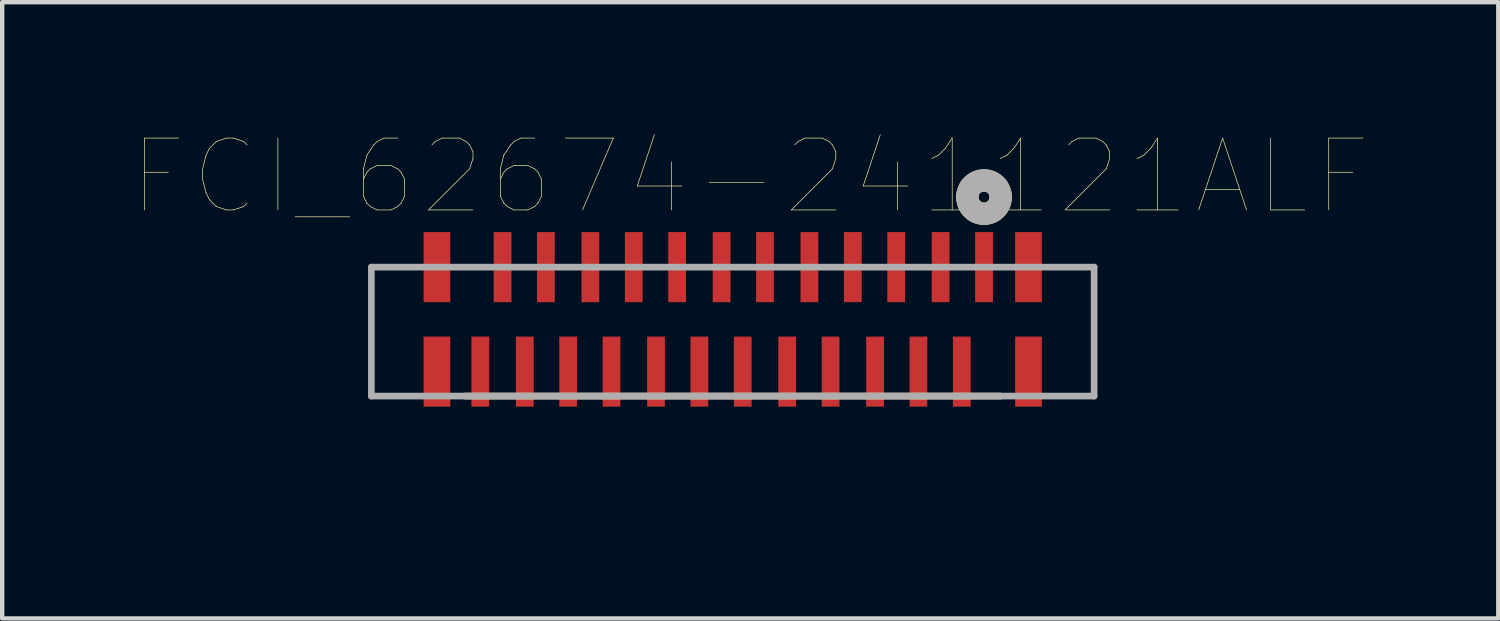
<source format=kicad_pcb>
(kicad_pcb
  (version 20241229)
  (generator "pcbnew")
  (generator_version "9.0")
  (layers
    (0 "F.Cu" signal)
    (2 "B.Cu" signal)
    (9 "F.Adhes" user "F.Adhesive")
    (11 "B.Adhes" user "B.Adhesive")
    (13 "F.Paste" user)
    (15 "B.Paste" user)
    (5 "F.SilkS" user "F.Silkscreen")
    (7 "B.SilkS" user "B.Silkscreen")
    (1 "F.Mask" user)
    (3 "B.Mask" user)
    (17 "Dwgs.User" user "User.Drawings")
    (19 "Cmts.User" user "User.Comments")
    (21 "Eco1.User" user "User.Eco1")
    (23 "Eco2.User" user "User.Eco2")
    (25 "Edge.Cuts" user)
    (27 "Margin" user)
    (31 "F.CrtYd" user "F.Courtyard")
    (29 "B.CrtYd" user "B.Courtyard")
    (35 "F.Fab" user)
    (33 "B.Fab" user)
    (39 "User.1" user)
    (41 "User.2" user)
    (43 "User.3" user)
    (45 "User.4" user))
  (footprint "FCI_62674-241121ALF"
    (layer "F.Cu")
    (at 19.428 7.827)
    (property "Reference" "FCI_62674-241121ALF" (at -5.34 -6.84 0) (layer "F.SilkS") (effects (font (size 1.642 1.642) (thickness 0.015))))
    (attr through_hole)
    (fp_line (start -11.862 -1.829) (end 0.381 -1.829) (stroke (width 0.152) (type solid)) (layer "F.SilkS"))
    (fp_arc (start -0.381 -6.3754) (mid 0 -6.7564) (end 0.381 -6.3754) (stroke (width 0.508) (type solid)) (layer "F.SilkS"))
    (fp_arc (start 0.381 -6.3754) (mid 0 -5.9944) (end -0.381 -6.3754) (stroke (width 0.508) (type solid)) (layer "F.SilkS"))
    (fp_line (start -13.995 -4.775) (end -13.995 -1.829) (stroke (width 0.152) (type solid)) (layer "F.Fab"))
    (fp_line (start -13.995 -1.829) (end 2.515 -1.829) (stroke (width 0.152) (type solid)) (layer "F.Fab"))
    (fp_line (start 2.515 -4.775) (end -13.995 -4.775) (stroke (width 0.152) (type solid)) (layer "F.Fab"))
    (fp_line (start 2.515 -1.829) (end 2.515 -4.775) (stroke (width 0.152) (type solid)) (layer "F.Fab"))
    (fp_arc (start -0.381 -6.3754) (mid 0 -6.7564) (end 0.381 -6.3754) (stroke (width 0.508) (type solid)) (layer "F.Fab"))
    (fp_arc (start 0.381 -6.3754) (mid 0 -5.9944) (end -0.381 -6.3754) (stroke (width 0.508) (type solid)) (layer "F.Fab"))
    (pad "1" smd rect (at 0 -4.775) (size 0.406 1.6) (layers "F.Cu" "F.Mask" "F.Paste"))
    (pad "2" smd rect (at -0.508 -2.388) (size 0.406 1.6) (layers "F.Cu" "F.Mask" "F.Paste"))
    (pad "3" smd rect (at -0.991 -4.775) (size 0.406 1.6) (layers "F.Cu" "F.Mask" "F.Paste"))
    (pad "4" smd rect (at -1.499 -2.388) (size 0.406 1.6) (layers "F.Cu" "F.Mask" "F.Paste"))
    (pad "5" smd rect (at -2.007 -4.775) (size 0.406 1.6) (layers "F.Cu" "F.Mask" "F.Paste"))
    (pad "6" smd rect (at -2.489 -2.388) (size 0.406 1.6) (layers "F.Cu" "F.Mask" "F.Paste"))
    (pad "7" smd rect (at -2.997 -4.775) (size 0.406 1.6) (layers "F.Cu" "F.Mask" "F.Paste"))
    (pad "8" smd rect (at -3.505 -2.388) (size 0.406 1.6) (layers "F.Cu" "F.Mask" "F.Paste"))
    (pad "9" smd rect (at -3.988 -4.775) (size 0.406 1.6) (layers "F.Cu" "F.Mask" "F.Paste"))
    (pad "10" smd rect (at -4.496 -2.388) (size 0.406 1.6) (layers "F.Cu" "F.Mask" "F.Paste"))
    (pad "11" smd rect (at -5.004 -4.775) (size 0.406 1.6) (layers "F.Cu" "F.Mask" "F.Paste"))
    (pad "12" smd rect (at -5.512 -2.388) (size 0.406 1.6) (layers "F.Cu" "F.Mask" "F.Paste"))
    (pad "13" smd rect (at -5.994 -4.775) (size 0.406 1.6) (layers "F.Cu" "F.Mask" "F.Paste"))
    (pad "14" smd rect (at -6.502 -2.388) (size 0.406 1.6) (layers "F.Cu" "F.Mask" "F.Paste"))
    (pad "15" smd rect (at -7.01 -4.775) (size 0.406 1.6) (layers "F.Cu" "F.Mask" "F.Paste"))
    (pad "16" smd rect (at -7.493 -2.388) (size 0.406 1.6) (layers "F.Cu" "F.Mask" "F.Paste"))
    (pad "17" smd rect (at -8.001 -4.775) (size 0.406 1.6) (layers "F.Cu" "F.Mask" "F.Paste"))
    (pad "18" smd rect (at -8.509 -2.388) (size 0.406 1.6) (layers "F.Cu" "F.Mask" "F.Paste"))
    (pad "19" smd rect (at -8.992 -4.775) (size 0.406 1.6) (layers "F.Cu" "F.Mask" "F.Paste"))
    (pad "20" smd rect (at -9.5 -2.388) (size 0.406 1.6) (layers "F.Cu" "F.Mask" "F.Paste"))
    (pad "21" smd rect (at -10.008 -4.775) (size 0.406 1.6) (layers "F.Cu" "F.Mask" "F.Paste"))
    (pad "22" smd rect (at -10.49 -2.388) (size 0.406 1.6) (layers "F.Cu" "F.Mask" "F.Paste"))
    (pad "23" smd rect (at -10.998 -4.775) (size 0.406 1.6) (layers "F.Cu" "F.Mask" "F.Paste"))
    (pad "24" smd rect (at -11.506 -2.388) (size 0.406 1.6) (layers "F.Cu" "F.Mask" "F.Paste"))
    (pad "25" smd rect (at -12.497 -2.388) (size 0.61 1.6) (layers "F.Cu" "F.Mask" "F.Paste"))
    (pad "26" smd rect (at 1.016 -2.388) (size 0.61 1.6) (layers "F.Cu" "F.Mask" "F.Paste"))
    (pad "27" smd rect (at -12.497 -4.775) (size 0.61 1.6) (layers "F.Cu" "F.Mask" "F.Paste"))
    (pad "28" smd rect (at 1.016 -4.775) (size 0.61 1.6) (layers "F.Cu" "F.Mask" "F.Paste")))
  (gr_rect
    (start -3 -3)
    (end 31.175 11.077)
    (stroke (width 0.1) (type default))
    (fill no)
    (layer "Edge.Cuts")))
</source>
